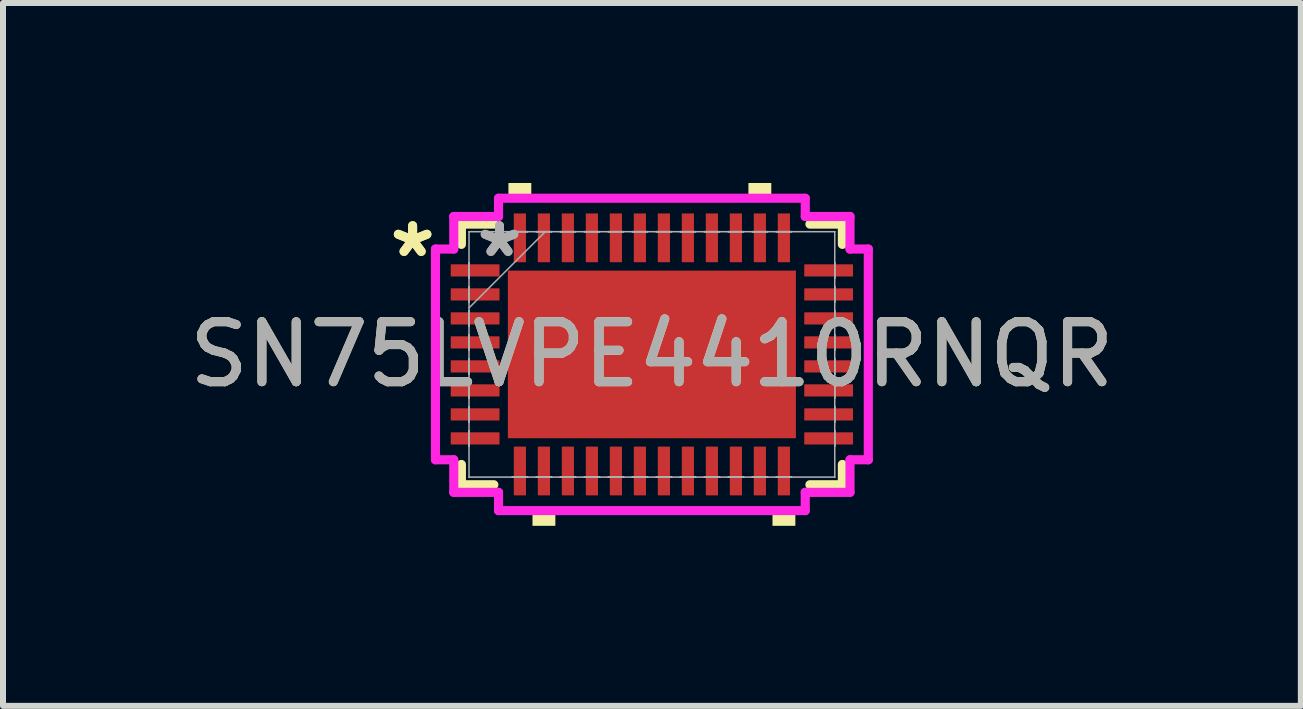
<source format=kicad_pcb>
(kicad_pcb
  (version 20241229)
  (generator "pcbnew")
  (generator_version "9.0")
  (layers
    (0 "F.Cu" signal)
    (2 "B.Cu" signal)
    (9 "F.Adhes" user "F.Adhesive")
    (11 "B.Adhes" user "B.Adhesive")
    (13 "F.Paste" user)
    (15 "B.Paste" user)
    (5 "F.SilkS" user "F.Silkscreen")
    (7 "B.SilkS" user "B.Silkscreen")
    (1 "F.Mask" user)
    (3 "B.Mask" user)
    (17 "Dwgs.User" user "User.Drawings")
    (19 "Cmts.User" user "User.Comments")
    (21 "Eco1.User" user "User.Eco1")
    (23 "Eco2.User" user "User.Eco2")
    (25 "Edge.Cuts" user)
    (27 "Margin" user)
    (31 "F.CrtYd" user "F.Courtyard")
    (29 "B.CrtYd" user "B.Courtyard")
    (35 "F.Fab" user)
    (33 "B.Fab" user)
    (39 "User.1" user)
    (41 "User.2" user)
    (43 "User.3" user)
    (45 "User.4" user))
  (footprint "SN75LVPE4410RNQR"
    (layer "F.Cu")
    (at 7.815 2.857)
    (property "Reference" "SN75LVPE4410RNQR" (at 0 0 0) (unlocked yes) (layer "F.SilkS") (effects (font (size 1 1) (thickness 0.15))))
    (attr smd)
    (fp_line (start -3.175 -2.172) (end -3.175 -1.834) (stroke (width 0.152) (type solid)) (layer "F.SilkS"))
    (fp_line (start -3.175 1.834) (end -3.175 2.172) (stroke (width 0.152) (type solid)) (layer "F.SilkS"))
    (fp_line (start -3.175 2.172) (end -2.634 2.172) (stroke (width 0.152) (type solid)) (layer "F.SilkS"))
    (fp_line (start -2.634 -2.172) (end -3.175 -2.172) (stroke (width 0.152) (type solid)) (layer "F.SilkS"))
    (fp_line (start 2.634 2.172) (end 3.175 2.172) (stroke (width 0.152) (type solid)) (layer "F.SilkS"))
    (fp_line (start 3.175 -2.172) (end 2.634 -2.172) (stroke (width 0.152) (type solid)) (layer "F.SilkS"))
    (fp_line (start 3.175 -1.834) (end 3.175 -2.172) (stroke (width 0.152) (type solid)) (layer "F.SilkS"))
    (fp_line (start 3.175 2.172) (end 3.175 1.834) (stroke (width 0.152) (type solid)) (layer "F.SilkS"))
    (fp_poly (pts (xy -2.391 -2.603) (xy -2.391 -2.857) (xy -2.01 -2.857) (xy -2.01 -2.603)) (stroke (width 0) (type solid)) (fill yes) (layer "F.SilkS"))
    (fp_poly (pts (xy -1.99 2.603) (xy -1.99 2.857) (xy -1.609 2.857) (xy -1.609 2.603)) (stroke (width 0) (type solid)) (fill yes) (layer "F.SilkS"))
    (fp_poly (pts (xy 1.609 -2.603) (xy 1.609 -2.857) (xy 1.99 -2.857) (xy 1.99 -2.603)) (stroke (width 0) (type solid)) (fill yes) (layer "F.SilkS"))
    (fp_poly (pts (xy 2.01 2.603) (xy 2.01 2.857) (xy 2.391 2.857) (xy 2.391 2.603)) (stroke (width 0) (type solid)) (fill yes) (layer "F.SilkS"))
    (fp_poly (pts (xy -2.3 -1.297) (xy -2.3 -0.1) (xy -0.9 -0.1) (xy -0.9 -1.297)) (stroke (width 0) (type solid)) (fill yes) (layer "F.Paste"))
    (fp_poly (pts (xy -2.3 0.1) (xy -2.3 1.297) (xy -0.9 1.297) (xy -0.9 0.1)) (stroke (width 0) (type solid)) (fill yes) (layer "F.Paste"))
    (fp_poly (pts (xy -0.7 -1.297) (xy -0.7 -0.1) (xy 0.7 -0.1) (xy 0.7 -1.297)) (stroke (width 0) (type solid)) (fill yes) (layer "F.Paste"))
    (fp_poly (pts (xy -0.7 0.1) (xy -0.7 1.297) (xy 0.7 1.297) (xy 0.7 0.1)) (stroke (width 0) (type solid)) (fill yes) (layer "F.Paste"))
    (fp_poly (pts (xy 0.9 -1.297) (xy 0.9 -0.1) (xy 2.3 -0.1) (xy 2.3 -1.297)) (stroke (width 0) (type solid)) (fill yes) (layer "F.Paste"))
    (fp_poly (pts (xy 0.9 0.1) (xy 0.9 1.297) (xy 2.3 1.297) (xy 2.3 0.1)) (stroke (width 0) (type solid)) (fill yes) (layer "F.Paste"))
    (fp_line (start -3.607 -1.756) (end -3.302 -1.756) (stroke (width 0.152) (type solid)) (layer "F.CrtYd"))
    (fp_line (start -3.607 1.756) (end -3.607 -1.756) (stroke (width 0.152) (type solid)) (layer "F.CrtYd"))
    (fp_line (start -3.302 -2.299) (end -2.556 -2.299) (stroke (width 0.152) (type solid)) (layer "F.CrtYd"))
    (fp_line (start -3.302 -1.756) (end -3.302 -2.299) (stroke (width 0.152) (type solid)) (layer "F.CrtYd"))
    (fp_line (start -3.302 1.756) (end -3.607 1.756) (stroke (width 0.152) (type solid)) (layer "F.CrtYd"))
    (fp_line (start -3.302 2.299) (end -3.302 1.756) (stroke (width 0.152) (type solid)) (layer "F.CrtYd"))
    (fp_line (start -2.556 -2.603) (end 2.556 -2.603) (stroke (width 0.152) (type solid)) (layer "F.CrtYd"))
    (fp_line (start -2.556 -2.299) (end -2.556 -2.603) (stroke (width 0.152) (type solid)) (layer "F.CrtYd"))
    (fp_line (start -2.556 2.299) (end -3.302 2.299) (stroke (width 0.152) (type solid)) (layer "F.CrtYd"))
    (fp_line (start -2.556 2.603) (end -2.556 2.299) (stroke (width 0.152) (type solid)) (layer "F.CrtYd"))
    (fp_line (start 2.556 -2.603) (end 2.556 -2.299) (stroke (width 0.152) (type solid)) (layer "F.CrtYd"))
    (fp_line (start 2.556 -2.299) (end 3.302 -2.299) (stroke (width 0.152) (type solid)) (layer "F.CrtYd"))
    (fp_line (start 2.556 2.299) (end 2.556 2.603) (stroke (width 0.152) (type solid)) (layer "F.CrtYd"))
    (fp_line (start 2.556 2.603) (end -2.556 2.603) (stroke (width 0.152) (type solid)) (layer "F.CrtYd"))
    (fp_line (start 3.302 -2.299) (end 3.302 -1.756) (stroke (width 0.152) (type solid)) (layer "F.CrtYd"))
    (fp_line (start 3.302 -1.756) (end 3.607 -1.756) (stroke (width 0.152) (type solid)) (layer "F.CrtYd"))
    (fp_line (start 3.302 1.756) (end 3.302 2.299) (stroke (width 0.152) (type solid)) (layer "F.CrtYd"))
    (fp_line (start 3.302 2.299) (end 2.556 2.299) (stroke (width 0.152) (type solid)) (layer "F.CrtYd"))
    (fp_line (start 3.607 -1.756) (end 3.607 1.756) (stroke (width 0.152) (type solid)) (layer "F.CrtYd"))
    (fp_line (start 3.607 1.756) (end 3.302 1.756) (stroke (width 0.152) (type solid)) (layer "F.CrtYd"))
    (fp_line (start -3.048 -2.045) (end -3.048 -2.045) (stroke (width 0.025) (type solid)) (layer "F.Fab"))
    (fp_line (start -3.048 -2.045) (end -3.048 2.045) (stroke (width 0.025) (type solid)) (layer "F.Fab"))
    (fp_line (start -3.048 -1.527) (end -3.048 -1.527) (stroke (width 0.025) (type solid)) (layer "F.Fab"))
    (fp_line (start -3.048 -1.527) (end -3.048 -1.273) (stroke (width 0.025) (type solid)) (layer "F.Fab"))
    (fp_line (start -3.048 -1.273) (end -3.048 -1.527) (stroke (width 0.025) (type solid)) (layer "F.Fab"))
    (fp_line (start -3.048 -1.273) (end -3.048 -1.273) (stroke (width 0.025) (type solid)) (layer "F.Fab"))
    (fp_line (start -3.048 -1.127) (end -3.048 -1.127) (stroke (width 0.025) (type solid)) (layer "F.Fab"))
    (fp_line (start -3.048 -1.127) (end -3.048 -0.873) (stroke (width 0.025) (type solid)) (layer "F.Fab"))
    (fp_line (start -3.048 -0.873) (end -3.048 -1.127) (stroke (width 0.025) (type solid)) (layer "F.Fab"))
    (fp_line (start -3.048 -0.873) (end -3.048 -0.873) (stroke (width 0.025) (type solid)) (layer "F.Fab"))
    (fp_line (start -3.048 -0.775) (end -1.778 -2.045) (stroke (width 0.025) (type solid)) (layer "F.Fab"))
    (fp_line (start -3.048 -0.727) (end -3.048 -0.727) (stroke (width 0.025) (type solid)) (layer "F.Fab"))
    (fp_line (start -3.048 -0.727) (end -3.048 -0.473) (stroke (width 0.025) (type solid)) (layer "F.Fab"))
    (fp_line (start -3.048 -0.473) (end -3.048 -0.727) (stroke (width 0.025) (type solid)) (layer "F.Fab"))
    (fp_line (start -3.048 -0.473) (end -3.048 -0.473) (stroke (width 0.025) (type solid)) (layer "F.Fab"))
    (fp_line (start -3.048 -0.327) (end -3.048 -0.327) (stroke (width 0.025) (type solid)) (layer "F.Fab"))
    (fp_line (start -3.048 -0.327) (end -3.048 -0.073) (stroke (width 0.025) (type solid)) (layer "F.Fab"))
    (fp_line (start -3.048 -0.073) (end -3.048 -0.327) (stroke (width 0.025) (type solid)) (layer "F.Fab"))
    (fp_line (start -3.048 -0.073) (end -3.048 -0.073) (stroke (width 0.025) (type solid)) (layer "F.Fab"))
    (fp_line (start -3.048 0.073) (end -3.048 0.073) (stroke (width 0.025) (type solid)) (layer "F.Fab"))
    (fp_line (start -3.048 0.073) (end -3.048 0.327) (stroke (width 0.025) (type solid)) (layer "F.Fab"))
    (fp_line (start -3.048 0.327) (end -3.048 0.073) (stroke (width 0.025) (type solid)) (layer "F.Fab"))
    (fp_line (start -3.048 0.327) (end -3.048 0.327) (stroke (width 0.025) (type solid)) (layer "F.Fab"))
    (fp_line (start -3.048 0.473) (end -3.048 0.473) (stroke (width 0.025) (type solid)) (layer "F.Fab"))
    (fp_line (start -3.048 0.473) (end -3.048 0.727) (stroke (width 0.025) (type solid)) (layer "F.Fab"))
    (fp_line (start -3.048 0.727) (end -3.048 0.473) (stroke (width 0.025) (type solid)) (layer "F.Fab"))
    (fp_line (start -3.048 0.727) (end -3.048 0.727) (stroke (width 0.025) (type solid)) (layer "F.Fab"))
    (fp_line (start -3.048 0.873) (end -3.048 0.873) (stroke (width 0.025) (type solid)) (layer "F.Fab"))
    (fp_line (start -3.048 0.873) (end -3.048 1.127) (stroke (width 0.025) (type solid)) (layer "F.Fab"))
    (fp_line (start -3.048 1.127) (end -3.048 0.873) (stroke (width 0.025) (type solid)) (layer "F.Fab"))
    (fp_line (start -3.048 1.127) (end -3.048 1.127) (stroke (width 0.025) (type solid)) (layer "F.Fab"))
    (fp_line (start -3.048 1.273) (end -3.048 1.273) (stroke (width 0.025) (type solid)) (layer "F.Fab"))
    (fp_line (start -3.048 1.273) (end -3.048 1.527) (stroke (width 0.025) (type solid)) (layer "F.Fab"))
    (fp_line (start -3.048 1.527) (end -3.048 1.273) (stroke (width 0.025) (type solid)) (layer "F.Fab"))
    (fp_line (start -3.048 1.527) (end -3.048 1.527) (stroke (width 0.025) (type solid)) (layer "F.Fab"))
    (fp_line (start -3.048 2.045) (end -3.048 2.045) (stroke (width 0.025) (type solid)) (layer "F.Fab"))
    (fp_line (start -3.048 2.045) (end 3.048 2.045) (stroke (width 0.025) (type solid)) (layer "F.Fab"))
    (fp_line (start -2.327 -2.045) (end -2.327 -2.045) (stroke (width 0.025) (type solid)) (layer "F.Fab"))
    (fp_line (start -2.327 -2.045) (end -2.073 -2.045) (stroke (width 0.025) (type solid)) (layer "F.Fab"))
    (fp_line (start -2.327 2.045) (end -2.327 2.045) (stroke (width 0.025) (type solid)) (layer "F.Fab"))
    (fp_line (start -2.327 2.045) (end -2.073 2.045) (stroke (width 0.025) (type solid)) (layer "F.Fab"))
    (fp_line (start -2.073 -2.045) (end -2.327 -2.045) (stroke (width 0.025) (type solid)) (layer "F.Fab"))
    (fp_line (start -2.073 -2.045) (end -2.073 -2.045) (stroke (width 0.025) (type solid)) (layer "F.Fab"))
    (fp_line (start -2.073 2.045) (end -2.327 2.045) (stroke (width 0.025) (type solid)) (layer "F.Fab"))
    (fp_line (start -2.073 2.045) (end -2.073 2.045) (stroke (width 0.025) (type solid)) (layer "F.Fab"))
    (fp_line (start -1.927 -2.045) (end -1.927 -2.045) (stroke (width 0.025) (type solid)) (layer "F.Fab"))
    (fp_line (start -1.927 -2.045) (end -1.673 -2.045) (stroke (width 0.025) (type solid)) (layer "F.Fab"))
    (fp_line (start -1.927 2.045) (end -1.927 2.045) (stroke (width 0.025) (type solid)) (layer "F.Fab"))
    (fp_line (start -1.927 2.045) (end -1.673 2.045) (stroke (width 0.025) (type solid)) (layer "F.Fab"))
    (fp_line (start -1.673 -2.045) (end -1.927 -2.045) (stroke (width 0.025) (type solid)) (layer "F.Fab"))
    (fp_line (start -1.673 -2.045) (end -1.673 -2.045) (stroke (width 0.025) (type solid)) (layer "F.Fab"))
    (fp_line (start -1.673 2.045) (end -1.927 2.045) (stroke (width 0.025) (type solid)) (layer "F.Fab"))
    (fp_line (start -1.673 2.045) (end -1.673 2.045) (stroke (width 0.025) (type solid)) (layer "F.Fab"))
    (fp_line (start -1.527 -2.045) (end -1.527 -2.045) (stroke (width 0.025) (type solid)) (layer "F.Fab"))
    (fp_line (start -1.527 -2.045) (end -1.273 -2.045) (stroke (width 0.025) (type solid)) (layer "F.Fab"))
    (fp_line (start -1.527 2.045) (end -1.527 2.045) (stroke (width 0.025) (type solid)) (layer "F.Fab"))
    (fp_line (start -1.527 2.045) (end -1.273 2.045) (stroke (width 0.025) (type solid)) (layer "F.Fab"))
    (fp_line (start -1.273 -2.045) (end -1.527 -2.045) (stroke (width 0.025) (type solid)) (layer "F.Fab"))
    (fp_line (start -1.273 -2.045) (end -1.273 -2.045) (stroke (width 0.025) (type solid)) (layer "F.Fab"))
    (fp_line (start -1.273 2.045) (end -1.527 2.045) (stroke (width 0.025) (type solid)) (layer "F.Fab"))
    (fp_line (start -1.273 2.045) (end -1.273 2.045) (stroke (width 0.025) (type solid)) (layer "F.Fab"))
    (fp_line (start -1.127 -2.045) (end -1.127 -2.045) (stroke (width 0.025) (type solid)) (layer "F.Fab"))
    (fp_line (start -1.127 -2.045) (end -0.873 -2.045) (stroke (width 0.025) (type solid)) (layer "F.Fab"))
    (fp_line (start -1.127 2.045) (end -1.127 2.045) (stroke (width 0.025) (type solid)) (layer "F.Fab"))
    (fp_line (start -1.127 2.045) (end -0.873 2.045) (stroke (width 0.025) (type solid)) (layer "F.Fab"))
    (fp_line (start -0.873 -2.045) (end -1.127 -2.045) (stroke (width 0.025) (type solid)) (layer "F.Fab"))
    (fp_line (start -0.873 -2.045) (end -0.873 -2.045) (stroke (width 0.025) (type solid)) (layer "F.Fab"))
    (fp_line (start -0.873 2.045) (end -1.127 2.045) (stroke (width 0.025) (type solid)) (layer "F.Fab"))
    (fp_line (start -0.873 2.045) (end -0.873 2.045) (stroke (width 0.025) (type solid)) (layer "F.Fab"))
    (fp_line (start -0.727 -2.045) (end -0.727 -2.045) (stroke (width 0.025) (type solid)) (layer "F.Fab"))
    (fp_line (start -0.727 -2.045) (end -0.473 -2.045) (stroke (width 0.025) (type solid)) (layer "F.Fab"))
    (fp_line (start -0.727 2.045) (end -0.727 2.045) (stroke (width 0.025) (type solid)) (layer "F.Fab"))
    (fp_line (start -0.727 2.045) (end -0.473 2.045) (stroke (width 0.025) (type solid)) (layer "F.Fab"))
    (fp_line (start -0.473 -2.045) (end -0.727 -2.045) (stroke (width 0.025) (type solid)) (layer "F.Fab"))
    (fp_line (start -0.473 -2.045) (end -0.473 -2.045) (stroke (width 0.025) (type solid)) (layer "F.Fab"))
    (fp_line (start -0.473 2.045) (end -0.727 2.045) (stroke (width 0.025) (type solid)) (layer "F.Fab"))
    (fp_line (start -0.473 2.045) (end -0.473 2.045) (stroke (width 0.025) (type solid)) (layer "F.Fab"))
    (fp_line (start -0.327 -2.045) (end -0.327 -2.045) (stroke (width 0.025) (type solid)) (layer "F.Fab"))
    (fp_line (start -0.327 -2.045) (end -0.073 -2.045) (stroke (width 0.025) (type solid)) (layer "F.Fab"))
    (fp_line (start -0.327 2.045) (end -0.327 2.045) (stroke (width 0.025) (type solid)) (layer "F.Fab"))
    (fp_line (start -0.327 2.045) (end -0.073 2.045) (stroke (width 0.025) (type solid)) (layer "F.Fab"))
    (fp_line (start -0.073 -2.045) (end -0.327 -2.045) (stroke (width 0.025) (type solid)) (layer "F.Fab"))
    (fp_line (start -0.073 -2.045) (end -0.073 -2.045) (stroke (width 0.025) (type solid)) (layer "F.Fab"))
    (fp_line (start -0.073 2.045) (end -0.327 2.045) (stroke (width 0.025) (type solid)) (layer "F.Fab"))
    (fp_line (start -0.073 2.045) (end -0.073 2.045) (stroke (width 0.025) (type solid)) (layer "F.Fab"))
    (fp_line (start 0.073 -2.045) (end 0.073 -2.045) (stroke (width 0.025) (type solid)) (layer "F.Fab"))
    (fp_line (start 0.073 -2.045) (end 0.327 -2.045) (stroke (width 0.025) (type solid)) (layer "F.Fab"))
    (fp_line (start 0.073 2.045) (end 0.073 2.045) (stroke (width 0.025) (type solid)) (layer "F.Fab"))
    (fp_line (start 0.073 2.045) (end 0.327 2.045) (stroke (width 0.025) (type solid)) (layer "F.Fab"))
    (fp_line (start 0.327 -2.045) (end 0.073 -2.045) (stroke (width 0.025) (type solid)) (layer "F.Fab"))
    (fp_line (start 0.327 -2.045) (end 0.327 -2.045) (stroke (width 0.025) (type solid)) (layer "F.Fab"))
    (fp_line (start 0.327 2.045) (end 0.073 2.045) (stroke (width 0.025) (type solid)) (layer "F.Fab"))
    (fp_line (start 0.327 2.045) (end 0.327 2.045) (stroke (width 0.025) (type solid)) (layer "F.Fab"))
    (fp_line (start 0.473 -2.045) (end 0.473 -2.045) (stroke (width 0.025) (type solid)) (layer "F.Fab"))
    (fp_line (start 0.473 -2.045) (end 0.727 -2.045) (stroke (width 0.025) (type solid)) (layer "F.Fab"))
    (fp_line (start 0.473 2.045) (end 0.473 2.045) (stroke (width 0.025) (type solid)) (layer "F.Fab"))
    (fp_line (start 0.473 2.045) (end 0.727 2.045) (stroke (width 0.025) (type solid)) (layer "F.Fab"))
    (fp_line (start 0.727 -2.045) (end 0.473 -2.045) (stroke (width 0.025) (type solid)) (layer "F.Fab"))
    (fp_line (start 0.727 -2.045) (end 0.727 -2.045) (stroke (width 0.025) (type solid)) (layer "F.Fab"))
    (fp_line (start 0.727 2.045) (end 0.473 2.045) (stroke (width 0.025) (type solid)) (layer "F.Fab"))
    (fp_line (start 0.727 2.045) (end 0.727 2.045) (stroke (width 0.025) (type solid)) (layer "F.Fab"))
    (fp_line (start 0.873 -2.045) (end 0.873 -2.045) (stroke (width 0.025) (type solid)) (layer "F.Fab"))
    (fp_line (start 0.873 -2.045) (end 1.127 -2.045) (stroke (width 0.025) (type solid)) (layer "F.Fab"))
    (fp_line (start 0.873 2.045) (end 0.873 2.045) (stroke (width 0.025) (type solid)) (layer "F.Fab"))
    (fp_line (start 0.873 2.045) (end 1.127 2.045) (stroke (width 0.025) (type solid)) (layer "F.Fab"))
    (fp_line (start 1.127 -2.045) (end 0.873 -2.045) (stroke (width 0.025) (type solid)) (layer "F.Fab"))
    (fp_line (start 1.127 -2.045) (end 1.127 -2.045) (stroke (width 0.025) (type solid)) (layer "F.Fab"))
    (fp_line (start 1.127 2.045) (end 0.873 2.045) (stroke (width 0.025) (type solid)) (layer "F.Fab"))
    (fp_line (start 1.127 2.045) (end 1.127 2.045) (stroke (width 0.025) (type solid)) (layer "F.Fab"))
    (fp_line (start 1.273 -2.045) (end 1.273 -2.045) (stroke (width 0.025) (type solid)) (layer "F.Fab"))
    (fp_line (start 1.273 -2.045) (end 1.527 -2.045) (stroke (width 0.025) (type solid)) (layer "F.Fab"))
    (fp_line (start 1.273 2.045) (end 1.273 2.045) (stroke (width 0.025) (type solid)) (layer "F.Fab"))
    (fp_line (start 1.273 2.045) (end 1.527 2.045) (stroke (width 0.025) (type solid)) (layer "F.Fab"))
    (fp_line (start 1.527 -2.045) (end 1.273 -2.045) (stroke (width 0.025) (type solid)) (layer "F.Fab"))
    (fp_line (start 1.527 -2.045) (end 1.527 -2.045) (stroke (width 0.025) (type solid)) (layer "F.Fab"))
    (fp_line (start 1.527 2.045) (end 1.273 2.045) (stroke (width 0.025) (type solid)) (layer "F.Fab"))
    (fp_line (start 1.527 2.045) (end 1.527 2.045) (stroke (width 0.025) (type solid)) (layer "F.Fab"))
    (fp_line (start 1.673 -2.045) (end 1.673 -2.045) (stroke (width 0.025) (type solid)) (layer "F.Fab"))
    (fp_line (start 1.673 -2.045) (end 1.927 -2.045) (stroke (width 0.025) (type solid)) (layer "F.Fab"))
    (fp_line (start 1.673 2.045) (end 1.673 2.045) (stroke (width 0.025) (type solid)) (layer "F.Fab"))
    (fp_line (start 1.673 2.045) (end 1.927 2.045) (stroke (width 0.025) (type solid)) (layer "F.Fab"))
    (fp_line (start 1.927 -2.045) (end 1.673 -2.045) (stroke (width 0.025) (type solid)) (layer "F.Fab"))
    (fp_line (start 1.927 -2.045) (end 1.927 -2.045) (stroke (width 0.025) (type solid)) (layer "F.Fab"))
    (fp_line (start 1.927 2.045) (end 1.673 2.045) (stroke (width 0.025) (type solid)) (layer "F.Fab"))
    (fp_line (start 1.927 2.045) (end 1.927 2.045) (stroke (width 0.025) (type solid)) (layer "F.Fab"))
    (fp_line (start 2.073 -2.045) (end 2.073 -2.045) (stroke (width 0.025) (type solid)) (layer "F.Fab"))
    (fp_line (start 2.073 -2.045) (end 2.327 -2.045) (stroke (width 0.025) (type solid)) (layer "F.Fab"))
    (fp_line (start 2.073 2.045) (end 2.073 2.045) (stroke (width 0.025) (type solid)) (layer "F.Fab"))
    (fp_line (start 2.073 2.045) (end 2.327 2.045) (stroke (width 0.025) (type solid)) (layer "F.Fab"))
    (fp_line (start 2.327 -2.045) (end 2.073 -2.045) (stroke (width 0.025) (type solid)) (layer "F.Fab"))
    (fp_line (start 2.327 -2.045) (end 2.327 -2.045) (stroke (width 0.025) (type solid)) (layer "F.Fab"))
    (fp_line (start 2.327 2.045) (end 2.073 2.045) (stroke (width 0.025) (type solid)) (layer "F.Fab"))
    (fp_line (start 2.327 2.045) (end 2.327 2.045) (stroke (width 0.025) (type solid)) (layer "F.Fab"))
    (fp_line (start 3.048 -2.045) (end -3.048 -2.045) (stroke (width 0.025) (type solid)) (layer "F.Fab"))
    (fp_line (start 3.048 -2.045) (end 3.048 -2.045) (stroke (width 0.025) (type solid)) (layer "F.Fab"))
    (fp_line (start 3.048 -1.527) (end 3.048 -1.527) (stroke (width 0.025) (type solid)) (layer "F.Fab"))
    (fp_line (start 3.048 -1.527) (end 3.048 -1.273) (stroke (width 0.025) (type solid)) (layer "F.Fab"))
    (fp_line (start 3.048 -1.273) (end 3.048 -1.527) (stroke (width 0.025) (type solid)) (layer "F.Fab"))
    (fp_line (start 3.048 -1.273) (end 3.048 -1.273) (stroke (width 0.025) (type solid)) (layer "F.Fab"))
    (fp_line (start 3.048 -1.127) (end 3.048 -1.127) (stroke (width 0.025) (type solid)) (layer "F.Fab"))
    (fp_line (start 3.048 -1.127) (end 3.048 -0.873) (stroke (width 0.025) (type solid)) (layer "F.Fab"))
    (fp_line (start 3.048 -0.873) (end 3.048 -1.127) (stroke (width 0.025) (type solid)) (layer "F.Fab"))
    (fp_line (start 3.048 -0.873) (end 3.048 -0.873) (stroke (width 0.025) (type solid)) (layer "F.Fab"))
    (fp_line (start 3.048 -0.727) (end 3.048 -0.727) (stroke (width 0.025) (type solid)) (layer "F.Fab"))
    (fp_line (start 3.048 -0.727) (end 3.048 -0.473) (stroke (width 0.025) (type solid)) (layer "F.Fab"))
    (fp_line (start 3.048 -0.473) (end 3.048 -0.727) (stroke (width 0.025) (type solid)) (layer "F.Fab"))
    (fp_line (start 3.048 -0.473) (end 3.048 -0.473) (stroke (width 0.025) (type solid)) (layer "F.Fab"))
    (fp_line (start 3.048 -0.327) (end 3.048 -0.327) (stroke (width 0.025) (type solid)) (layer "F.Fab"))
    (fp_line (start 3.048 -0.327) (end 3.048 -0.073) (stroke (width 0.025) (type solid)) (layer "F.Fab"))
    (fp_line (start 3.048 -0.073) (end 3.048 -0.327) (stroke (width 0.025) (type solid)) (layer "F.Fab"))
    (fp_line (start 3.048 -0.073) (end 3.048 -0.073) (stroke (width 0.025) (type solid)) (layer "F.Fab"))
    (fp_line (start 3.048 0.073) (end 3.048 0.073) (stroke (width 0.025) (type solid)) (layer "F.Fab"))
    (fp_line (start 3.048 0.073) (end 3.048 0.327) (stroke (width 0.025) (type solid)) (layer "F.Fab"))
    (fp_line (start 3.048 0.327) (end 3.048 0.073) (stroke (width 0.025) (type solid)) (layer "F.Fab"))
    (fp_line (start 3.048 0.327) (end 3.048 0.327) (stroke (width 0.025) (type solid)) (layer "F.Fab"))
    (fp_line (start 3.048 0.473) (end 3.048 0.473) (stroke (width 0.025) (type solid)) (layer "F.Fab"))
    (fp_line (start 3.048 0.473) (end 3.048 0.727) (stroke (width 0.025) (type solid)) (layer "F.Fab"))
    (fp_line (start 3.048 0.727) (end 3.048 0.473) (stroke (width 0.025) (type solid)) (layer "F.Fab"))
    (fp_line (start 3.048 0.727) (end 3.048 0.727) (stroke (width 0.025) (type solid)) (layer "F.Fab"))
    (fp_line (start 3.048 0.873) (end 3.048 0.873) (stroke (width 0.025) (type solid)) (layer "F.Fab"))
    (fp_line (start 3.048 0.873) (end 3.048 1.127) (stroke (width 0.025) (type solid)) (layer "F.Fab"))
    (fp_line (start 3.048 1.127) (end 3.048 0.873) (stroke (width 0.025) (type solid)) (layer "F.Fab"))
    (fp_line (start 3.048 1.127) (end 3.048 1.127) (stroke (width 0.025) (type solid)) (layer "F.Fab"))
    (fp_line (start 3.048 1.273) (end 3.048 1.273) (stroke (width 0.025) (type solid)) (layer "F.Fab"))
    (fp_line (start 3.048 1.273) (end 3.048 1.527) (stroke (width 0.025) (type solid)) (layer "F.Fab"))
    (fp_line (start 3.048 1.527) (end 3.048 1.273) (stroke (width 0.025) (type solid)) (layer "F.Fab"))
    (fp_line (start 3.048 1.527) (end 3.048 1.527) (stroke (width 0.025) (type solid)) (layer "F.Fab"))
    (fp_line (start 3.048 2.045) (end 3.048 -2.045) (stroke (width 0.025) (type solid)) (layer "F.Fab"))
    (fp_line (start 3.048 2.045) (end 3.048 2.045) (stroke (width 0.025) (type solid)) (layer "F.Fab"))
    (fp_text user "*" (at -3.988 -1.6 0) (layer "F.SilkS") (effects (font (size 1 1) (thickness 0.15))))
    (fp_text user "*" (at -3.988 -1.6 0) (unlocked yes) (layer "F.SilkS") (effects (font (size 1 1) (thickness 0.15))))
    (fp_text user "*" (at -2.54 -1.6 0) (layer "F.Fab") (effects (font (size 1 1) (thickness 0.15))))
    (fp_text user "${REFERENCE}" (at 0 0 0) (unlocked yes) (layer "F.Fab") (effects (font (size 1 1) (thickness 0.15))))
    (fp_text user "*" (at -2.54 -1.6 0) (unlocked yes) (layer "F.Fab") (effects (font (size 1 1) (thickness 0.15))))
    (pad "1" smd rect (at -2.946 -1.4 90) (size 0.203 0.813) (layers "F.Cu" "F.Mask" "F.Paste"))
    (pad "2" smd rect (at -2.946 -1 90) (size 0.203 0.813) (layers "F.Cu" "F.Mask" "F.Paste"))
    (pad "3" smd rect (at -2.946 -0.6 90) (size 0.203 0.813) (layers "F.Cu" "F.Mask" "F.Paste"))
    (pad "4" smd rect (at -2.946 -0.2 90) (size 0.203 0.813) (layers "F.Cu" "F.Mask" "F.Paste"))
    (pad "5" smd rect (at -2.946 0.2 90) (size 0.203 0.813) (layers "F.Cu" "F.Mask" "F.Paste"))
    (pad "6" smd rect (at -2.946 0.6 90) (size 0.203 0.813) (layers "F.Cu" "F.Mask" "F.Paste"))
    (pad "7" smd rect (at -2.946 1 90) (size 0.203 0.813) (layers "F.Cu" "F.Mask" "F.Paste"))
    (pad "8" smd rect (at -2.946 1.4 90) (size 0.203 0.813) (layers "F.Cu" "F.Mask" "F.Paste"))
    (pad "9" smd rect (at -2.2 1.943) (size 0.203 0.813) (layers "F.Cu" "F.Mask" "F.Paste"))
    (pad "10" smd rect (at -1.8 1.943) (size 0.203 0.813) (layers "F.Cu" "F.Mask" "F.Paste"))
    (pad "11" smd rect (at -1.4 1.943) (size 0.203 0.813) (layers "F.Cu" "F.Mask" "F.Paste"))
    (pad "12" smd rect (at -1 1.943) (size 0.203 0.813) (layers "F.Cu" "F.Mask" "F.Paste"))
    (pad "13" smd rect (at -0.6 1.943) (size 0.203 0.813) (layers "F.Cu" "F.Mask" "F.Paste"))
    (pad "14" smd rect (at -0.2 1.943) (size 0.203 0.813) (layers "F.Cu" "F.Mask" "F.Paste"))
    (pad "15" smd rect (at 0.2 1.943) (size 0.203 0.813) (layers "F.Cu" "F.Mask" "F.Paste"))
    (pad "16" smd rect (at 0.6 1.943) (size 0.203 0.813) (layers "F.Cu" "F.Mask" "F.Paste"))
    (pad "17" smd rect (at 1 1.943) (size 0.203 0.813) (layers "F.Cu" "F.Mask" "F.Paste"))
    (pad "18" smd rect (at 1.4 1.943) (size 0.203 0.813) (layers "F.Cu" "F.Mask" "F.Paste"))
    (pad "19" smd rect (at 1.8 1.943) (size 0.203 0.813) (layers "F.Cu" "F.Mask" "F.Paste"))
    (pad "20" smd rect (at 2.2 1.943) (size 0.203 0.813) (layers "F.Cu" "F.Mask" "F.Paste"))
    (pad "21" smd rect (at 2.946 1.4 90) (size 0.203 0.813) (layers "F.Cu" "F.Mask" "F.Paste"))
    (pad "22" smd rect (at 2.946 1 90) (size 0.203 0.813) (layers "F.Cu" "F.Mask" "F.Paste"))
    (pad "23" smd rect (at 2.946 0.6 90) (size 0.203 0.813) (layers "F.Cu" "F.Mask" "F.Paste"))
    (pad "24" smd rect (at 2.946 0.2 90) (size 0.203 0.813) (layers "F.Cu" "F.Mask" "F.Paste"))
    (pad "25" smd rect (at 2.946 -0.2 90) (size 0.203 0.813) (layers "F.Cu" "F.Mask" "F.Paste"))
    (pad "26" smd rect (at 2.946 -0.6 90) (size 0.203 0.813) (layers "F.Cu" "F.Mask" "F.Paste"))
    (pad "27" smd rect (at 2.946 -1 90) (size 0.203 0.813) (layers "F.Cu" "F.Mask" "F.Paste"))
    (pad "28" smd rect (at 2.946 -1.4 90) (size 0.203 0.813) (layers "F.Cu" "F.Mask" "F.Paste"))
    (pad "29" smd rect (at 2.2 -1.943) (size 0.203 0.813) (layers "F.Cu" "F.Mask" "F.Paste"))
    (pad "30" smd rect (at 1.8 -1.943) (size 0.203 0.813) (layers "F.Cu" "F.Mask" "F.Paste"))
    (pad "31" smd rect (at 1.4 -1.943) (size 0.203 0.813) (layers "F.Cu" "F.Mask" "F.Paste"))
    (pad "32" smd rect (at 1 -1.943) (size 0.203 0.813) (layers "F.Cu" "F.Mask" "F.Paste"))
    (pad "33" smd rect (at 0.6 -1.943) (size 0.203 0.813) (layers "F.Cu" "F.Mask" "F.Paste"))
    (pad "34" smd rect (at 0.2 -1.943) (size 0.203 0.813) (layers "F.Cu" "F.Mask" "F.Paste"))
    (pad "35" smd rect (at -0.2 -1.943) (size 0.203 0.813) (layers "F.Cu" "F.Mask" "F.Paste"))
    (pad "36" smd rect (at -0.6 -1.943) (size 0.203 0.813) (layers "F.Cu" "F.Mask" "F.Paste"))
    (pad "37" smd rect (at -1 -1.943) (size 0.203 0.813) (layers "F.Cu" "F.Mask" "F.Paste"))
    (pad "38" smd rect (at -1.4 -1.943) (size 0.203 0.813) (layers "F.Cu" "F.Mask" "F.Paste"))
    (pad "39" smd rect (at -1.8 -1.943) (size 0.203 0.813) (layers "F.Cu" "F.Mask" "F.Paste"))
    (pad "40" smd rect (at -2.2 -1.943) (size 0.203 0.813) (layers "F.Cu" "F.Mask" "F.Paste"))
    (pad "41" smd rect (at 0 0) (size 4.801 2.794) (layers "F.Cu" "F.Mask" "F.Paste")))
  (gr_rect
    (start -3 -3)
    (end 18.631 8.715)
    (stroke (width 0.1) (type default))
    (fill no)
    (layer "Edge.Cuts")))
</source>
